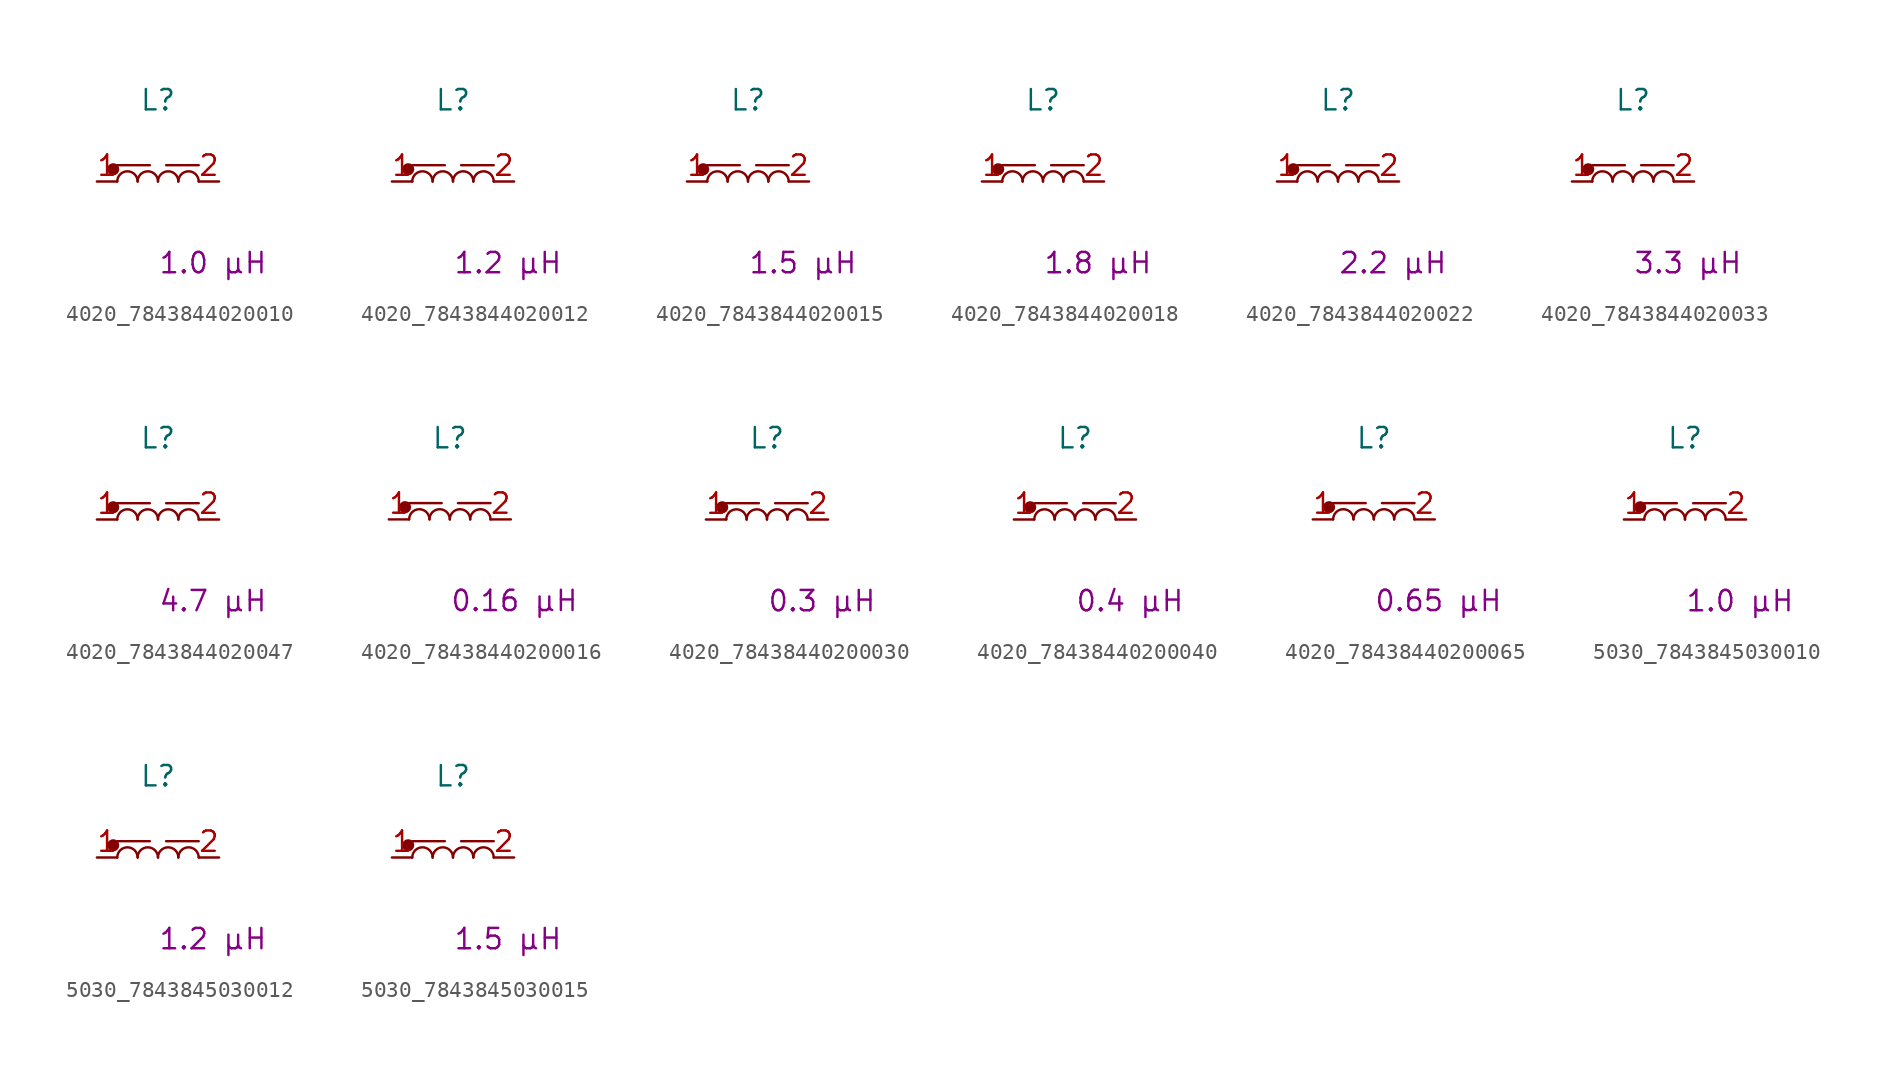
<source format=kicad_sym>
(kicad_symbol_lib
  (version 20220914)
  (generator kicad_symbol_editor)
  (symbol "4020_7843844020010"
    (pin_names hide)
    (property "Reference" "L"
      (at 0 5.08 0)
      (effects (font (size 1.27 1.27))))
    (property "Critical Parameter" "1.0 µH"
      (at 0 -5.08 0)
      (effects (font (size 1.27 1.27)) (justify left)))
    (symbol "4020_7843844020010_0_1"
      (arc (start -1.27 0) (mid -1.905 0.6323) (end -2.54 0) (stroke (width 0) (type default)) (fill (type none)))
      (arc (start 0 0) (mid -0.635 0.6323) (end -1.27 0) (stroke (width 0) (type default)) (fill (type none)))
      (polyline (pts (xy -2.54 1.016) (xy -0.508 1.016)) (stroke (width 0) (type default)) (fill (type none)))
      (arc (start 1.27 0) (mid 0.635 0.6323) (end 0 0) (stroke (width 0) (type default)) (fill (type none)))
      (arc (start 2.54 0) (mid 1.905 0.6323) (end 1.27 0) (stroke (width 0) (type default)) (fill (type none))))
    (symbol "4020_7843844020010_1_1"
      (circle (center -2.794 0.762) (radius 0.0001) (stroke (width 0.381) (type default)) (fill (type none)))
      (polyline (pts (xy 2.54 1.016) (xy 0.508 1.016)) (stroke (width 0) (type default)) (fill (type none)))
      (pin passive line (at -3.81 0 0) (length 1.27) (name "1" (effects (font (size 1.27 1.27)))) (number "1" (effects (font (size 1.27 1.27)))))
      (pin passive line (at 3.81 0 180) (length 1.27) (name "2" (effects (font (size 1.27 1.27)))) (number "2" (effects (font (size 1.27 1.27)))))))
  (symbol "4020_7843844020012"
    (pin_names hide)
    (property "Reference" "L"
      (at 0 5.08 0)
      (effects (font (size 1.27 1.27))))
    (property "Critical Parameter" "1.2 µH"
      (at 0 -5.08 0)
      (effects (font (size 1.27 1.27)) (justify left)))
    (symbol "4020_7843844020012_0_1"
      (arc (start -1.27 0) (mid -1.905 0.6323) (end -2.54 0) (stroke (width 0) (type default)) (fill (type none)))
      (arc (start 0 0) (mid -0.635 0.6323) (end -1.27 0) (stroke (width 0) (type default)) (fill (type none)))
      (polyline (pts (xy -2.54 1.016) (xy -0.508 1.016)) (stroke (width 0) (type default)) (fill (type none)))
      (arc (start 1.27 0) (mid 0.635 0.6323) (end 0 0) (stroke (width 0) (type default)) (fill (type none)))
      (arc (start 2.54 0) (mid 1.905 0.6323) (end 1.27 0) (stroke (width 0) (type default)) (fill (type none))))
    (symbol "4020_7843844020012_1_1"
      (circle (center -2.794 0.762) (radius 0.0001) (stroke (width 0.381) (type default)) (fill (type none)))
      (polyline (pts (xy 2.54 1.016) (xy 0.508 1.016)) (stroke (width 0) (type default)) (fill (type none)))
      (pin passive line (at -3.81 0 0) (length 1.27) (name "1" (effects (font (size 1.27 1.27)))) (number "1" (effects (font (size 1.27 1.27)))))
      (pin passive line (at 3.81 0 180) (length 1.27) (name "2" (effects (font (size 1.27 1.27)))) (number "2" (effects (font (size 1.27 1.27)))))))
  (symbol "4020_7843844020015"
    (pin_names hide)
    (property "Reference" "L"
      (at 0 5.08 0)
      (effects (font (size 1.27 1.27))))
    (property "Critical Parameter" "1.5 µH"
      (at 0 -5.08 0)
      (effects (font (size 1.27 1.27)) (justify left)))
    (symbol "4020_7843844020015_0_1"
      (arc (start -1.27 0) (mid -1.905 0.6323) (end -2.54 0) (stroke (width 0) (type default)) (fill (type none)))
      (arc (start 0 0) (mid -0.635 0.6323) (end -1.27 0) (stroke (width 0) (type default)) (fill (type none)))
      (polyline (pts (xy -2.54 1.016) (xy -0.508 1.016)) (stroke (width 0) (type default)) (fill (type none)))
      (arc (start 1.27 0) (mid 0.635 0.6323) (end 0 0) (stroke (width 0) (type default)) (fill (type none)))
      (arc (start 2.54 0) (mid 1.905 0.6323) (end 1.27 0) (stroke (width 0) (type default)) (fill (type none))))
    (symbol "4020_7843844020015_1_1"
      (circle (center -2.794 0.762) (radius 0.0001) (stroke (width 0.381) (type default)) (fill (type none)))
      (polyline (pts (xy 2.54 1.016) (xy 0.508 1.016)) (stroke (width 0) (type default)) (fill (type none)))
      (pin passive line (at -3.81 0 0) (length 1.27) (name "1" (effects (font (size 1.27 1.27)))) (number "1" (effects (font (size 1.27 1.27)))))
      (pin passive line (at 3.81 0 180) (length 1.27) (name "2" (effects (font (size 1.27 1.27)))) (number "2" (effects (font (size 1.27 1.27)))))))
  (symbol "4020_7843844020018"
    (pin_names hide)
    (property "Reference" "L"
      (at 0 5.08 0)
      (effects (font (size 1.27 1.27))))
    (property "Critical Parameter" "1.8 µH"
      (at 0 -5.08 0)
      (effects (font (size 1.27 1.27)) (justify left)))
    (symbol "4020_7843844020018_0_1"
      (arc (start -1.27 0) (mid -1.905 0.6323) (end -2.54 0) (stroke (width 0) (type default)) (fill (type none)))
      (arc (start 0 0) (mid -0.635 0.6323) (end -1.27 0) (stroke (width 0) (type default)) (fill (type none)))
      (polyline (pts (xy -2.54 1.016) (xy -0.508 1.016)) (stroke (width 0) (type default)) (fill (type none)))
      (arc (start 1.27 0) (mid 0.635 0.6323) (end 0 0) (stroke (width 0) (type default)) (fill (type none)))
      (arc (start 2.54 0) (mid 1.905 0.6323) (end 1.27 0) (stroke (width 0) (type default)) (fill (type none))))
    (symbol "4020_7843844020018_1_1"
      (circle (center -2.794 0.762) (radius 0.0001) (stroke (width 0.381) (type default)) (fill (type none)))
      (polyline (pts (xy 2.54 1.016) (xy 0.508 1.016)) (stroke (width 0) (type default)) (fill (type none)))
      (pin passive line (at -3.81 0 0) (length 1.27) (name "1" (effects (font (size 1.27 1.27)))) (number "1" (effects (font (size 1.27 1.27)))))
      (pin passive line (at 3.81 0 180) (length 1.27) (name "2" (effects (font (size 1.27 1.27)))) (number "2" (effects (font (size 1.27 1.27)))))))
  (symbol "4020_7843844020022"
    (pin_names hide)
    (property "Reference" "L"
      (at 0 5.08 0)
      (effects (font (size 1.27 1.27))))
    (property "Critical Parameter" "2.2 µH"
      (at 0 -5.08 0)
      (effects (font (size 1.27 1.27)) (justify left)))
    (symbol "4020_7843844020022_0_1"
      (arc (start -1.27 0) (mid -1.905 0.6323) (end -2.54 0) (stroke (width 0) (type default)) (fill (type none)))
      (arc (start 0 0) (mid -0.635 0.6323) (end -1.27 0) (stroke (width 0) (type default)) (fill (type none)))
      (polyline (pts (xy -2.54 1.016) (xy -0.508 1.016)) (stroke (width 0) (type default)) (fill (type none)))
      (arc (start 1.27 0) (mid 0.635 0.6323) (end 0 0) (stroke (width 0) (type default)) (fill (type none)))
      (arc (start 2.54 0) (mid 1.905 0.6323) (end 1.27 0) (stroke (width 0) (type default)) (fill (type none))))
    (symbol "4020_7843844020022_1_1"
      (circle (center -2.794 0.762) (radius 0.0001) (stroke (width 0.381) (type default)) (fill (type none)))
      (polyline (pts (xy 2.54 1.016) (xy 0.508 1.016)) (stroke (width 0) (type default)) (fill (type none)))
      (pin passive line (at -3.81 0 0) (length 1.27) (name "1" (effects (font (size 1.27 1.27)))) (number "1" (effects (font (size 1.27 1.27)))))
      (pin passive line (at 3.81 0 180) (length 1.27) (name "2" (effects (font (size 1.27 1.27)))) (number "2" (effects (font (size 1.27 1.27)))))))
  (symbol "4020_7843844020033"
    (pin_names hide)
    (property "Reference" "L"
      (at 0 5.08 0)
      (effects (font (size 1.27 1.27))))
    (property "Critical Parameter" "3.3 µH"
      (at 0 -5.08 0)
      (effects (font (size 1.27 1.27)) (justify left)))
    (symbol "4020_7843844020033_0_1"
      (arc (start -1.27 0) (mid -1.905 0.6323) (end -2.54 0) (stroke (width 0) (type default)) (fill (type none)))
      (arc (start 0 0) (mid -0.635 0.6323) (end -1.27 0) (stroke (width 0) (type default)) (fill (type none)))
      (polyline (pts (xy -2.54 1.016) (xy -0.508 1.016)) (stroke (width 0) (type default)) (fill (type none)))
      (arc (start 1.27 0) (mid 0.635 0.6323) (end 0 0) (stroke (width 0) (type default)) (fill (type none)))
      (arc (start 2.54 0) (mid 1.905 0.6323) (end 1.27 0) (stroke (width 0) (type default)) (fill (type none))))
    (symbol "4020_7843844020033_1_1"
      (circle (center -2.794 0.762) (radius 0.0001) (stroke (width 0.381) (type default)) (fill (type none)))
      (polyline (pts (xy 2.54 1.016) (xy 0.508 1.016)) (stroke (width 0) (type default)) (fill (type none)))
      (pin passive line (at -3.81 0 0) (length 1.27) (name "1" (effects (font (size 1.27 1.27)))) (number "1" (effects (font (size 1.27 1.27)))))
      (pin passive line (at 3.81 0 180) (length 1.27) (name "2" (effects (font (size 1.27 1.27)))) (number "2" (effects (font (size 1.27 1.27)))))))
  (symbol "4020_7843844020047"
    (pin_names hide)
    (property "Reference" "L"
      (at 0 5.08 0)
      (effects (font (size 1.27 1.27))))
    (property "Critical Parameter" "4.7 µH"
      (at 0 -5.08 0)
      (effects (font (size 1.27 1.27)) (justify left)))
    (symbol "4020_7843844020047_0_1"
      (arc (start -1.27 0) (mid -1.905 0.6323) (end -2.54 0) (stroke (width 0) (type default)) (fill (type none)))
      (arc (start 0 0) (mid -0.635 0.6323) (end -1.27 0) (stroke (width 0) (type default)) (fill (type none)))
      (polyline (pts (xy -2.54 1.016) (xy -0.508 1.016)) (stroke (width 0) (type default)) (fill (type none)))
      (arc (start 1.27 0) (mid 0.635 0.6323) (end 0 0) (stroke (width 0) (type default)) (fill (type none)))
      (arc (start 2.54 0) (mid 1.905 0.6323) (end 1.27 0) (stroke (width 0) (type default)) (fill (type none))))
    (symbol "4020_7843844020047_1_1"
      (circle (center -2.794 0.762) (radius 0.0001) (stroke (width 0.381) (type default)) (fill (type none)))
      (polyline (pts (xy 2.54 1.016) (xy 0.508 1.016)) (stroke (width 0) (type default)) (fill (type none)))
      (pin passive line (at -3.81 0 0) (length 1.27) (name "1" (effects (font (size 1.27 1.27)))) (number "1" (effects (font (size 1.27 1.27)))))
      (pin passive line (at 3.81 0 180) (length 1.27) (name "2" (effects (font (size 1.27 1.27)))) (number "2" (effects (font (size 1.27 1.27)))))))
  (symbol "4020_78438440200016"
    (pin_names hide)
    (property "Reference" "L"
      (at 0 5.08 0)
      (effects (font (size 1.27 1.27))))
    (property "Critical Parameter" "0.16 µH"
      (at 0 -5.08 0)
      (effects (font (size 1.27 1.27)) (justify left)))
    (symbol "4020_78438440200016_0_1"
      (arc (start -1.27 0) (mid -1.905 0.6323) (end -2.54 0) (stroke (width 0) (type default)) (fill (type none)))
      (arc (start 0 0) (mid -0.635 0.6323) (end -1.27 0) (stroke (width 0) (type default)) (fill (type none)))
      (polyline (pts (xy -2.54 1.016) (xy -0.508 1.016)) (stroke (width 0) (type default)) (fill (type none)))
      (arc (start 1.27 0) (mid 0.635 0.6323) (end 0 0) (stroke (width 0) (type default)) (fill (type none)))
      (arc (start 2.54 0) (mid 1.905 0.6323) (end 1.27 0) (stroke (width 0) (type default)) (fill (type none))))
    (symbol "4020_78438440200016_1_1"
      (circle (center -2.794 0.762) (radius 0.0001) (stroke (width 0.381) (type default)) (fill (type none)))
      (polyline (pts (xy 2.54 1.016) (xy 0.508 1.016)) (stroke (width 0) (type default)) (fill (type none)))
      (pin passive line (at -3.81 0 0) (length 1.27) (name "1" (effects (font (size 1.27 1.27)))) (number "1" (effects (font (size 1.27 1.27)))))
      (pin passive line (at 3.81 0 180) (length 1.27) (name "2" (effects (font (size 1.27 1.27)))) (number "2" (effects (font (size 1.27 1.27)))))))
  (symbol "4020_78438440200030"
    (pin_names hide)
    (property "Reference" "L"
      (at 0 5.08 0)
      (effects (font (size 1.27 1.27))))
    (property "Critical Parameter" "0.3 µH"
      (at 0 -5.08 0)
      (effects (font (size 1.27 1.27)) (justify left)))
    (symbol "4020_78438440200030_0_1"
      (arc (start -1.27 0) (mid -1.905 0.6323) (end -2.54 0) (stroke (width 0) (type default)) (fill (type none)))
      (arc (start 0 0) (mid -0.635 0.6323) (end -1.27 0) (stroke (width 0) (type default)) (fill (type none)))
      (polyline (pts (xy -2.54 1.016) (xy -0.508 1.016)) (stroke (width 0) (type default)) (fill (type none)))
      (arc (start 1.27 0) (mid 0.635 0.6323) (end 0 0) (stroke (width 0) (type default)) (fill (type none)))
      (arc (start 2.54 0) (mid 1.905 0.6323) (end 1.27 0) (stroke (width 0) (type default)) (fill (type none))))
    (symbol "4020_78438440200030_1_1"
      (circle (center -2.794 0.762) (radius 0.0001) (stroke (width 0.381) (type default)) (fill (type none)))
      (polyline (pts (xy 2.54 1.016) (xy 0.508 1.016)) (stroke (width 0) (type default)) (fill (type none)))
      (pin passive line (at -3.81 0 0) (length 1.27) (name "1" (effects (font (size 1.27 1.27)))) (number "1" (effects (font (size 1.27 1.27)))))
      (pin passive line (at 3.81 0 180) (length 1.27) (name "2" (effects (font (size 1.27 1.27)))) (number "2" (effects (font (size 1.27 1.27)))))))
  (symbol "4020_78438440200040"
    (pin_names hide)
    (property "Reference" "L"
      (at 0 5.08 0)
      (effects (font (size 1.27 1.27))))
    (property "Critical Parameter" "0.4 µH"
      (at 0 -5.08 0)
      (effects (font (size 1.27 1.27)) (justify left)))
    (symbol "4020_78438440200040_0_1"
      (arc (start -1.27 0) (mid -1.905 0.6323) (end -2.54 0) (stroke (width 0) (type default)) (fill (type none)))
      (arc (start 0 0) (mid -0.635 0.6323) (end -1.27 0) (stroke (width 0) (type default)) (fill (type none)))
      (polyline (pts (xy -2.54 1.016) (xy -0.508 1.016)) (stroke (width 0) (type default)) (fill (type none)))
      (arc (start 1.27 0) (mid 0.635 0.6323) (end 0 0) (stroke (width 0) (type default)) (fill (type none)))
      (arc (start 2.54 0) (mid 1.905 0.6323) (end 1.27 0) (stroke (width 0) (type default)) (fill (type none))))
    (symbol "4020_78438440200040_1_1"
      (circle (center -2.794 0.762) (radius 0.0001) (stroke (width 0.381) (type default)) (fill (type none)))
      (polyline (pts (xy 2.54 1.016) (xy 0.508 1.016)) (stroke (width 0) (type default)) (fill (type none)))
      (pin passive line (at -3.81 0 0) (length 1.27) (name "1" (effects (font (size 1.27 1.27)))) (number "1" (effects (font (size 1.27 1.27)))))
      (pin passive line (at 3.81 0 180) (length 1.27) (name "2" (effects (font (size 1.27 1.27)))) (number "2" (effects (font (size 1.27 1.27)))))))
  (symbol "4020_78438440200065"
    (pin_names hide)
    (property "Reference" "L"
      (at 0 5.08 0)
      (effects (font (size 1.27 1.27))))
    (property "Critical Parameter" "0.65 µH"
      (at 0 -5.08 0)
      (effects (font (size 1.27 1.27)) (justify left)))
    (symbol "4020_78438440200065_0_1"
      (arc (start -1.27 0) (mid -1.905 0.6323) (end -2.54 0) (stroke (width 0) (type default)) (fill (type none)))
      (arc (start 0 0) (mid -0.635 0.6323) (end -1.27 0) (stroke (width 0) (type default)) (fill (type none)))
      (polyline (pts (xy -2.54 1.016) (xy -0.508 1.016)) (stroke (width 0) (type default)) (fill (type none)))
      (arc (start 1.27 0) (mid 0.635 0.6323) (end 0 0) (stroke (width 0) (type default)) (fill (type none)))
      (arc (start 2.54 0) (mid 1.905 0.6323) (end 1.27 0) (stroke (width 0) (type default)) (fill (type none))))
    (symbol "4020_78438440200065_1_1"
      (circle (center -2.794 0.762) (radius 0.0001) (stroke (width 0.381) (type default)) (fill (type none)))
      (polyline (pts (xy 2.54 1.016) (xy 0.508 1.016)) (stroke (width 0) (type default)) (fill (type none)))
      (pin passive line (at -3.81 0 0) (length 1.27) (name "1" (effects (font (size 1.27 1.27)))) (number "1" (effects (font (size 1.27 1.27)))))
      (pin passive line (at 3.81 0 180) (length 1.27) (name "2" (effects (font (size 1.27 1.27)))) (number "2" (effects (font (size 1.27 1.27)))))))
  (symbol "5030_7843845030010"
    (pin_names hide)
    (property "Reference" "L"
      (at 0 5.08 0)
      (effects (font (size 1.27 1.27))))
    (property "Critical Parameter" "1.0 µH"
      (at 0 -5.08 0)
      (effects (font (size 1.27 1.27)) (justify left)))
    (symbol "5030_7843845030010_0_1"
      (arc (start -1.27 0) (mid -1.905 0.6323) (end -2.54 0) (stroke (width 0) (type default)) (fill (type none)))
      (arc (start 0 0) (mid -0.635 0.6323) (end -1.27 0) (stroke (width 0) (type default)) (fill (type none)))
      (polyline (pts (xy -2.54 1.016) (xy -0.508 1.016)) (stroke (width 0) (type default)) (fill (type none)))
      (arc (start 1.27 0) (mid 0.635 0.6323) (end 0 0) (stroke (width 0) (type default)) (fill (type none)))
      (arc (start 2.54 0) (mid 1.905 0.6323) (end 1.27 0) (stroke (width 0) (type default)) (fill (type none))))
    (symbol "5030_7843845030010_1_1"
      (circle (center -2.794 0.762) (radius 0.0001) (stroke (width 0.381) (type default)) (fill (type none)))
      (polyline (pts (xy 2.54 1.016) (xy 0.508 1.016)) (stroke (width 0) (type default)) (fill (type none)))
      (pin passive line (at -3.81 0 0) (length 1.27) (name "1" (effects (font (size 1.27 1.27)))) (number "1" (effects (font (size 1.27 1.27)))))
      (pin passive line (at 3.81 0 180) (length 1.27) (name "2" (effects (font (size 1.27 1.27)))) (number "2" (effects (font (size 1.27 1.27)))))))
  (symbol "5030_7843845030012"
    (pin_names hide)
    (property "Reference" "L"
      (at 0 5.08 0)
      (effects (font (size 1.27 1.27))))
    (property "Critical Parameter" "1.2 µH"
      (at 0 -5.08 0)
      (effects (font (size 1.27 1.27)) (justify left)))
    (symbol "5030_7843845030012_0_1"
      (arc (start -1.27 0) (mid -1.905 0.6323) (end -2.54 0) (stroke (width 0) (type default)) (fill (type none)))
      (arc (start 0 0) (mid -0.635 0.6323) (end -1.27 0) (stroke (width 0) (type default)) (fill (type none)))
      (polyline (pts (xy -2.54 1.016) (xy -0.508 1.016)) (stroke (width 0) (type default)) (fill (type none)))
      (arc (start 1.27 0) (mid 0.635 0.6323) (end 0 0) (stroke (width 0) (type default)) (fill (type none)))
      (arc (start 2.54 0) (mid 1.905 0.6323) (end 1.27 0) (stroke (width 0) (type default)) (fill (type none))))
    (symbol "5030_7843845030012_1_1"
      (circle (center -2.794 0.762) (radius 0.0001) (stroke (width 0.381) (type default)) (fill (type none)))
      (polyline (pts (xy 2.54 1.016) (xy 0.508 1.016)) (stroke (width 0) (type default)) (fill (type none)))
      (pin passive line (at -3.81 0 0) (length 1.27) (name "1" (effects (font (size 1.27 1.27)))) (number "1" (effects (font (size 1.27 1.27)))))
      (pin passive line (at 3.81 0 180) (length 1.27) (name "2" (effects (font (size 1.27 1.27)))) (number "2" (effects (font (size 1.27 1.27)))))))
  (symbol "5030_7843845030015"
    (pin_names hide)
    (property "Reference" "L"
      (at 0 5.08 0)
      (effects (font (size 1.27 1.27))))
    (property "Critical Parameter" "1.5 µH"
      (at 0 -5.08 0)
      (effects (font (size 1.27 1.27)) (justify left)))
    (symbol "5030_7843845030015_0_1"
      (arc (start -1.27 0) (mid -1.905 0.6323) (end -2.54 0) (stroke (width 0) (type default)) (fill (type none)))
      (arc (start 0 0) (mid -0.635 0.6323) (end -1.27 0) (stroke (width 0) (type default)) (fill (type none)))
      (polyline (pts (xy -2.54 1.016) (xy -0.508 1.016)) (stroke (width 0) (type default)) (fill (type none)))
      (arc (start 1.27 0) (mid 0.635 0.6323) (end 0 0) (stroke (width 0) (type default)) (fill (type none)))
      (arc (start 2.54 0) (mid 1.905 0.6323) (end 1.27 0) (stroke (width 0) (type default)) (fill (type none))))
    (symbol "5030_7843845030015_1_1"
      (circle (center -2.794 0.762) (radius 0.0001) (stroke (width 0.381) (type default)) (fill (type none)))
      (polyline (pts (xy 2.54 1.016) (xy 0.508 1.016)) (stroke (width 0) (type default)) (fill (type none)))
      (pin passive line (at -3.81 0 0) (length 1.27) (name "1" (effects (font (size 1.27 1.27)))) (number "1" (effects (font (size 1.27 1.27)))))
      (pin passive line (at 3.81 0 180) (length 1.27) (name "2" (effects (font (size 1.27 1.27)))) (number "2" (effects (font (size 1.27 1.27))))))))
</source>
